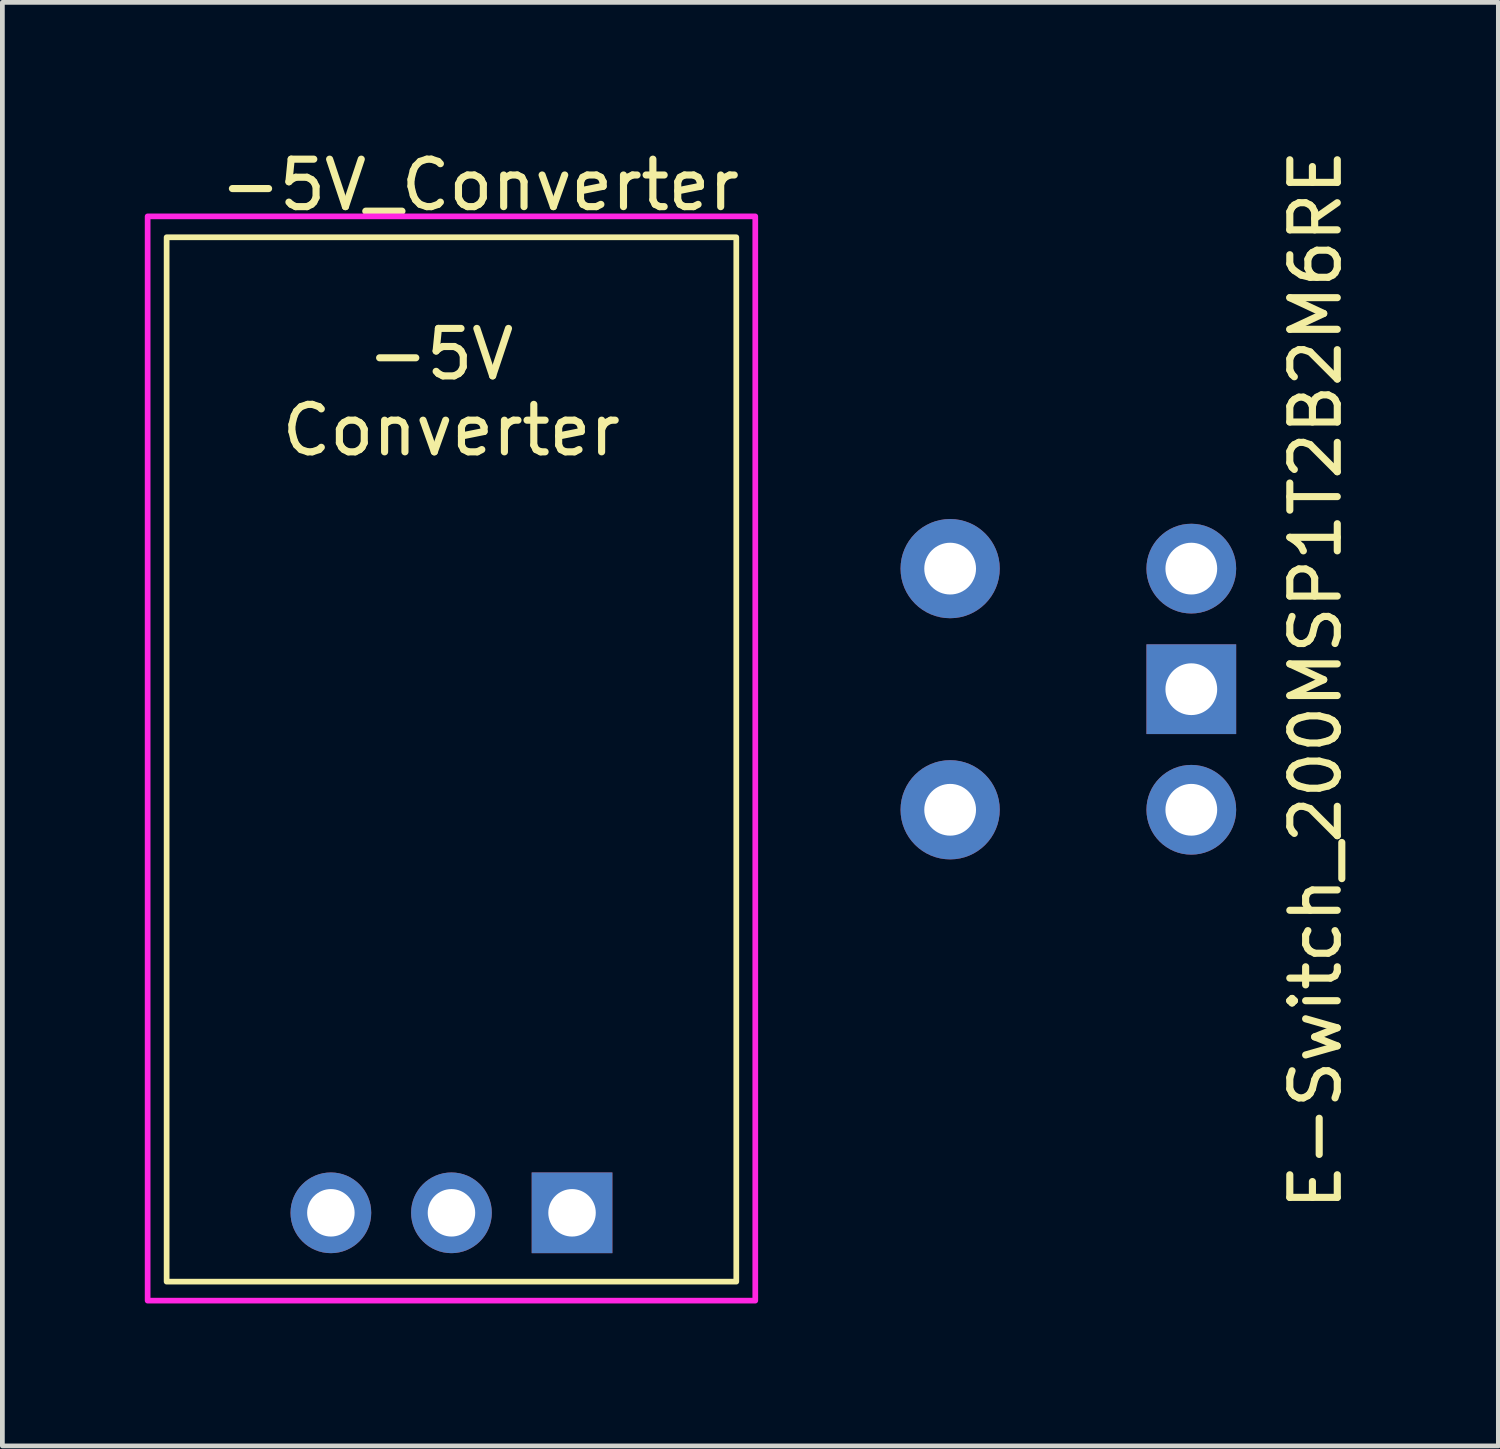
<source format=kicad_pcb>
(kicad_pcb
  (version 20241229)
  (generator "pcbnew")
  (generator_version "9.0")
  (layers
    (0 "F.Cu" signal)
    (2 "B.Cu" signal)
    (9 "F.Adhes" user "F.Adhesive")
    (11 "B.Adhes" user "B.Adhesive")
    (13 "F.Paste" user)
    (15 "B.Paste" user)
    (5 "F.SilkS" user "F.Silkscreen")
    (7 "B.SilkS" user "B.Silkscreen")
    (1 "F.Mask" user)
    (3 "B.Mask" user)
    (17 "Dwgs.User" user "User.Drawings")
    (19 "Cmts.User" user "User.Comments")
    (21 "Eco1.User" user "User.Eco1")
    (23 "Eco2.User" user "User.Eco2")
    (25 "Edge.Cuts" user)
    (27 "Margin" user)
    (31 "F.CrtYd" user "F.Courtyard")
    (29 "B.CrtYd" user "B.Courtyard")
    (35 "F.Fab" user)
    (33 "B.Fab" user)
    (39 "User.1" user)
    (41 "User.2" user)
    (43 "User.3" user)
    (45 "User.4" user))
  (footprint "E-Switch_200MSP1T2B2M6RE"
    (layer "F.Cu")
    (at 16.965 11.468)
    (property "Reference" "E-Switch_200MSP1T2B2M6RE" (at 7.7 -0.2 90) (unlocked yes) (layer "F.SilkS") (effects (font (size 1 1) (thickness 0.15))))
    (attr through_hole)
    (pad "" thru_hole circle (at 0 -2.54) (size 2.09 2.09) (drill 1.09) (layers "*.Cu" "*.Mask"))
    (pad "" thru_hole circle (at 0 2.54) (size 2.09 2.09) (drill 1.09) (layers "*.Cu" "*.Mask"))
    (pad "1" thru_hole circle (at 5.08 2.54) (size 1.89 1.89) (drill 1.09) (layers "*.Cu" "*.Mask"))
    (pad "2" thru_hole rect (at 5.08 0) (size 1.89 1.89) (drill 1.09) (layers "*.Cu" "*.Mask"))
    (pad "3" thru_hole circle (at 5.08 -2.54) (size 1.89 1.89) (drill 1.09) (layers "*.Cu" "*.Mask")))
  (footprint "-5V_Converter"
    (layer "F.Cu")
    (at 6.46 23.948)
    (property "Reference" "-5V_Converter" (at 0.6 -23.1 0) (unlocked yes) (layer "F.SilkS") (effects (font (size 1 1) (thickness 0.15))))
    (attr through_hole)
    (fp_rect (start -6 -22) (end 6 0) (stroke (width 0.12) (type default)) (fill no) (layer "F.SilkS"))
    (fp_rect (start -6.4 -22.44) (end 6.4 0.4) (stroke (width 0.12) (type default)) (fill no) (layer "F.CrtYd"))
    (fp_text user "-5V" (at -1.85 -18.95 0) (unlocked yes) (layer "F.SilkS") (effects (font (size 1 1) (thickness 0.15)) (justify left bottom)))
    (fp_text user "Converter" (at -3.65 -17.35 0) (unlocked yes) (layer "F.SilkS") (effects (font (size 1 1) (thickness 0.15)) (justify left bottom)))
    (pad "1" thru_hole rect (at 2.54 -1.45 270) (size 1.7 1.7) (drill 1) (layers "*.Cu" "*.Mask"))
    (pad "2" thru_hole oval (at 0 -1.45 270) (size 1.7 1.7) (drill 1) (layers "*.Cu" "*.Mask"))
    (pad "3" thru_hole oval (at -2.54 -1.45 270) (size 1.7 1.7) (drill 1) (layers "*.Cu" "*.Mask")))
  (gr_rect
    (start -3 -3)
    (end 28.513 27.408)
    (stroke (width 0.1) (type default))
    (fill no)
    (layer "Edge.Cuts")))
</source>
